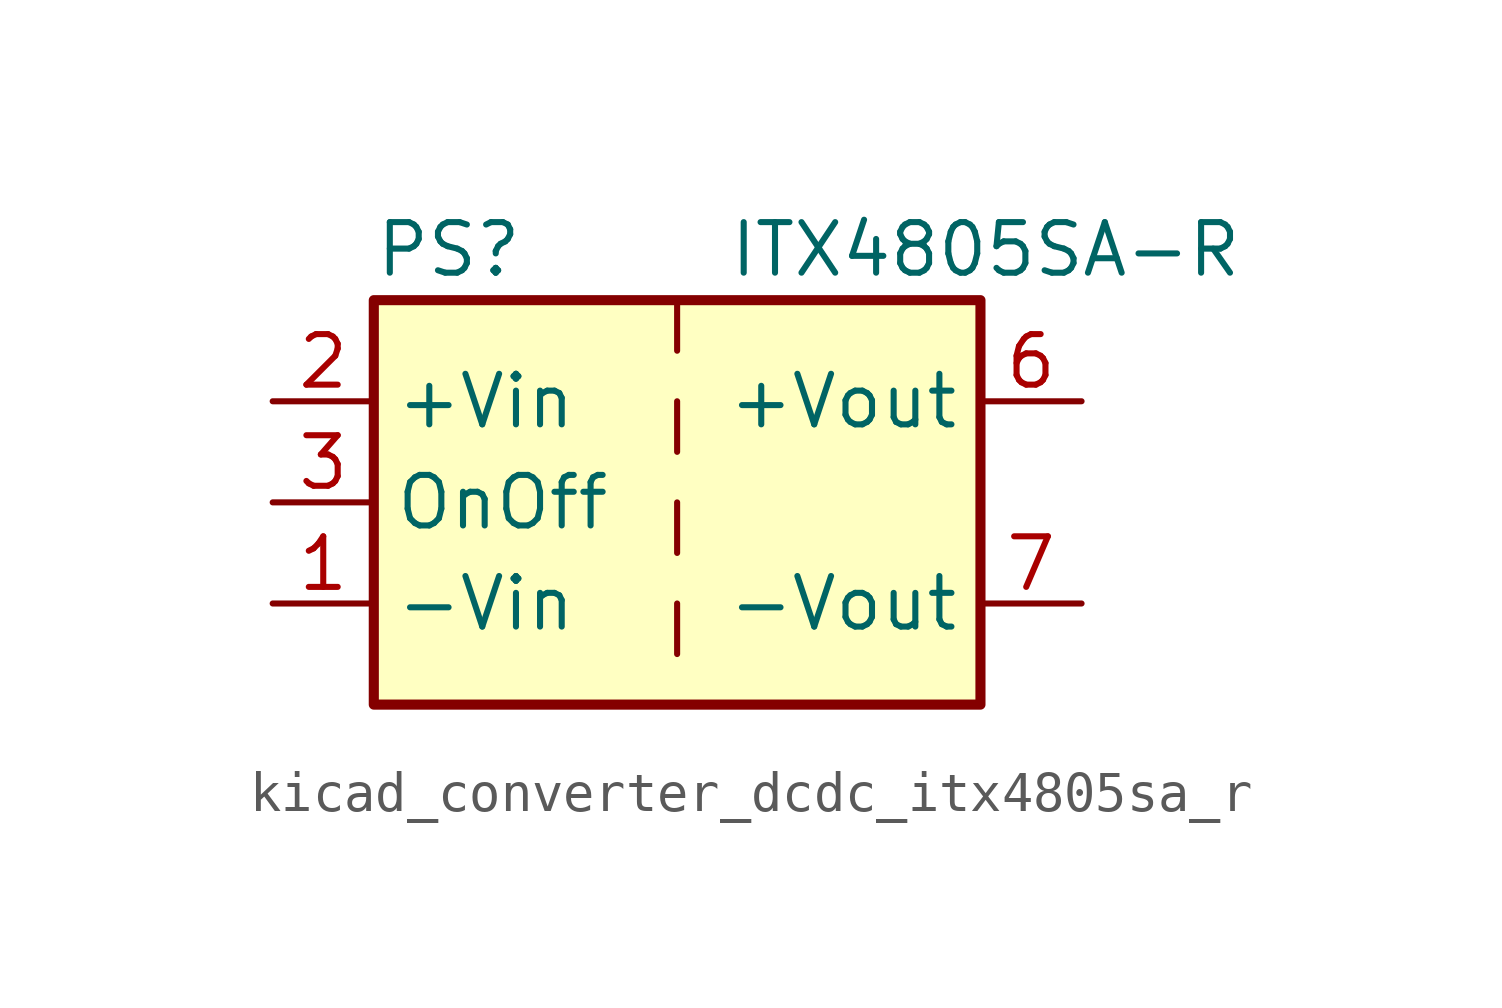
<source format=kicad_sym>
(kicad_symbol_lib
  (version 20220914)
  (generator kicad_symbol_editor)
  (symbol "kicad_converter_dcdc_itx4805sa_r"
    (property "Reference" "PS"
      (at -7.62 6.35 0)
      (effects (font (size 1.27 1.27)) (justify left)))
    (property "Value" "ITX4805SA-R"
      (at 1.27 6.35 0)
      (effects (font (size 1.27 1.27)) (justify left)))
    (symbol "kicad_converter_dcdc_itx4805sa_r_0_0"
      (pin power_in line (at -10.16 -2.54 0) (length 2.54) (name "-Vin" (effects (font (size 1.27 1.27)))) (number "1" (effects (font (size 1.27 1.27)))))
      (pin power_in line (at -10.16 2.54 0) (length 2.54) (name "+Vin" (effects (font (size 1.27 1.27)))) (number "2" (effects (font (size 1.27 1.27)))))
      (pin input line (at -10.16 0 0) (length 2.54) (name "OnOff" (effects (font (size 1.27 1.27)))) (number "3" (effects (font (size 1.27 1.27)))))
      (pin no_connect line (at 0 5.08 270) (length 2.54) hide (name "NC" (effects (font (size 1.27 1.27)))) (number "5" (effects (font (size 1.27 1.27)))))
      (pin power_out line (at 10.16 2.54 180) (length 2.54) (name "+Vout" (effects (font (size 1.27 1.27)))) (number "6" (effects (font (size 1.27 1.27)))))
      (pin power_out line (at 10.16 -2.54 180) (length 2.54) (name "-Vout" (effects (font (size 1.27 1.27)))) (number "7" (effects (font (size 1.27 1.27)))))
      (pin no_connect line (at 7.62 0 180) (length 2.54) hide (name "NC" (effects (font (size 1.27 1.27)))) (number "8" (effects (font (size 1.27 1.27))))))
    (symbol "kicad_converter_dcdc_itx4805sa_r_0_1"
      (rectangle (start -7.62 5.08) (end 7.62 -5.08) (stroke (width 0.254) (type default)) (fill (type background)))
      (polyline (pts (xy 0 -2.54) (xy 0 -3.81)) (stroke (width 0) (type default)) (fill (type none)))
      (polyline (pts (xy 0 0) (xy 0 -1.27)) (stroke (width 0) (type default)) (fill (type none)))
      (polyline (pts (xy 0 2.54) (xy 0 1.27)) (stroke (width 0) (type default)) (fill (type none)))
      (polyline (pts (xy 0 5.08) (xy 0 3.81)) (stroke (width 0) (type default)) (fill (type none))))))
</source>
